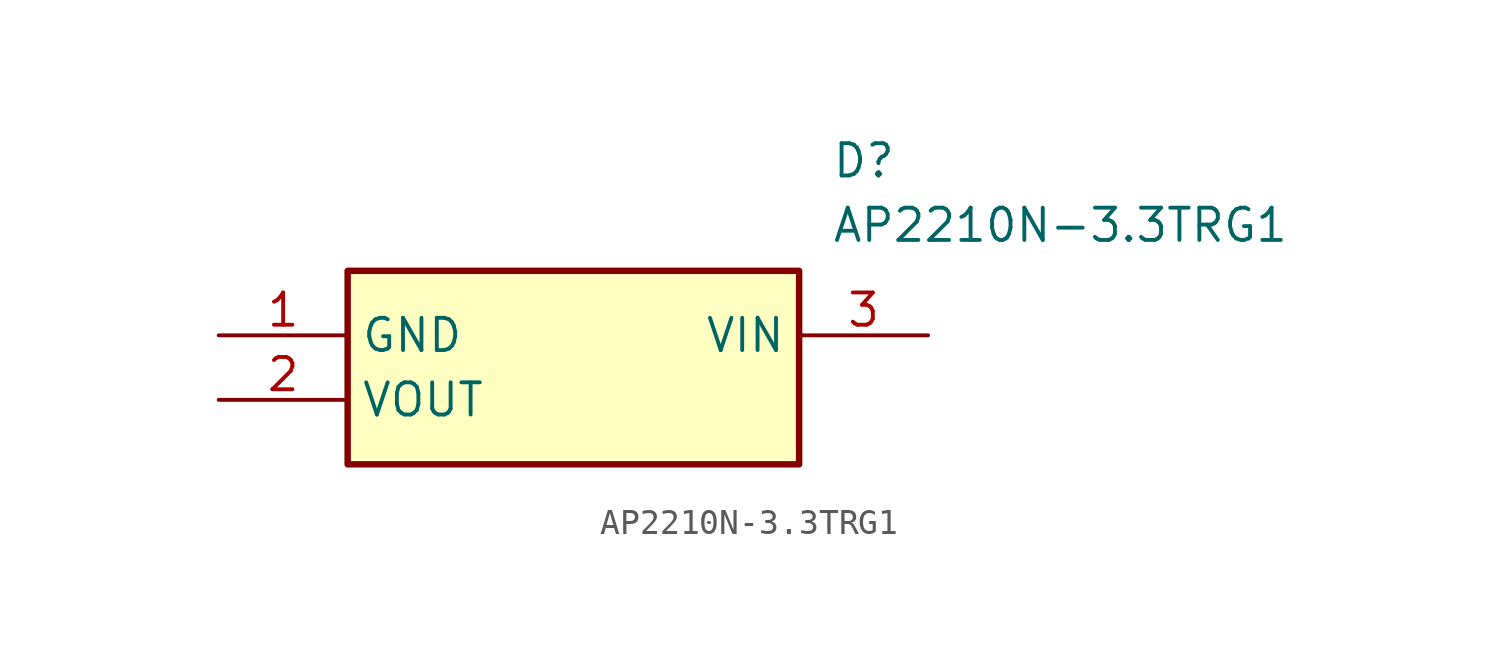
<source format=kicad_sym>
(kicad_symbol_lib
  (version 20211014)
  (generator SamacSys_ECAD_Model)
  (symbol "AP2210N-3.3TRG1"
    (property "Reference" "D"
      (at 24.13 7.62 0)
      (effects (font (size 1.27 1.27)) (justify left top)))
    (property "Value" "AP2210N-3.3TRG1"
      (at 24.13 5.08 0)
      (effects (font (size 1.27 1.27)) (justify left top)))
    (rectangle
      (start 5.08 2.54)
      (end 22.86 -5.08)
      (stroke (width 0.254) (type default))
      (fill (type background)))
    (pin passive line
      (at 0 0 0)
      (length 5.08)
      (name "GND" (effects (font (size 1.27 1.27))))
      (number "1" (effects (font (size 1.27 1.27)))))
    (pin passive line
      (at 0 -2.54 0)
      (length 5.08)
      (name "VOUT" (effects (font (size 1.27 1.27))))
      (number "2" (effects (font (size 1.27 1.27)))))
    (pin passive line
      (at 27.94 0 180)
      (length 5.08)
      (name "VIN" (effects (font (size 1.27 1.27))))
      (number "3" (effects (font (size 1.27 1.27)))))))
</source>
